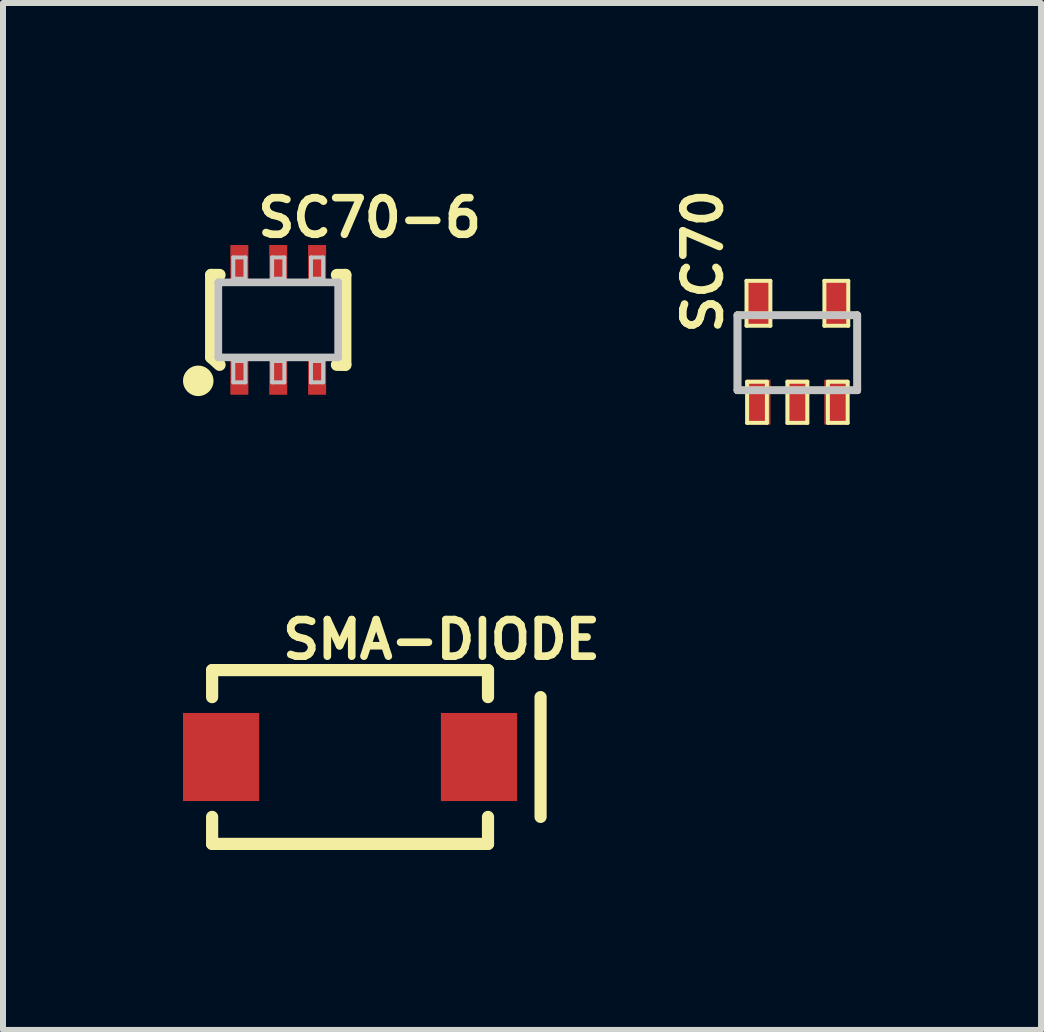
<source format=kicad_pcb>
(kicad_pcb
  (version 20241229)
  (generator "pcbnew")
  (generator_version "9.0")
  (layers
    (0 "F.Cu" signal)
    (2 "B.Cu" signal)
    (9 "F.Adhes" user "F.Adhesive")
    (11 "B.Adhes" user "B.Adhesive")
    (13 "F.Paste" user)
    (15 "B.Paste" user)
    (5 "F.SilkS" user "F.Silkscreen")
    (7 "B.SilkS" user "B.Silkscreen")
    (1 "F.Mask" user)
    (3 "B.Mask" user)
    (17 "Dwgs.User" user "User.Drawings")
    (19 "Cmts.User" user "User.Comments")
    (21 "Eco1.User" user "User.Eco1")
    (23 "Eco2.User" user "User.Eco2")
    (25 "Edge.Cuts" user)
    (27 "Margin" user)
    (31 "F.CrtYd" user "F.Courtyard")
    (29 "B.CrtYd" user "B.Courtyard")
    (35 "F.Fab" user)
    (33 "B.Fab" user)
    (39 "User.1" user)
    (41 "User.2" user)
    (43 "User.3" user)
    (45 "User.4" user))
  (footprint "SC70"
    (layer "F.Cu")
    (at 10.239 2.829)
    (property "Reference" "SC70" (at -1.575 -1.524 90) (layer "F.SilkS") (effects (font (size 0.61 0.61) (thickness 0.127))))
    (attr smd)
    (fp_line (start -0.998 -0.625) (end 0.998 -0.625) (stroke (width 0.127) (type solid)) (layer "F.SilkS"))
    (fp_line (start -0.998 0.625) (end -0.998 -0.625) (stroke (width 0.127) (type solid)) (layer "F.SilkS"))
    (fp_line (start -0.998 0.625) (end 0.998 0.625) (stroke (width 0.127) (type solid)) (layer "F.SilkS"))
    (fp_line (start -0.848 -1.199) (end -0.45 -1.199) (stroke (width 0.066) (type solid)) (layer "F.SilkS"))
    (fp_line (start -0.848 -0.45) (end -0.848 -1.199) (stroke (width 0.066) (type solid)) (layer "F.SilkS"))
    (fp_line (start -0.848 -0.45) (end -0.45 -0.45) (stroke (width 0.066) (type solid)) (layer "F.SilkS"))
    (fp_line (start -0.838 0.483) (end -0.508 0.483) (stroke (width 0.066) (type solid)) (layer "F.SilkS"))
    (fp_line (start -0.838 1.168) (end -0.838 0.483) (stroke (width 0.066) (type solid)) (layer "F.SilkS"))
    (fp_line (start -0.838 1.168) (end -0.508 1.168) (stroke (width 0.066) (type solid)) (layer "F.SilkS"))
    (fp_line (start -0.508 1.168) (end -0.508 0.483) (stroke (width 0.066) (type solid)) (layer "F.SilkS"))
    (fp_line (start -0.45 -0.45) (end -0.45 -1.199) (stroke (width 0.066) (type solid)) (layer "F.SilkS"))
    (fp_line (start -0.165 0.483) (end 0.165 0.483) (stroke (width 0.066) (type solid)) (layer "F.SilkS"))
    (fp_line (start -0.165 1.168) (end -0.165 0.483) (stroke (width 0.066) (type solid)) (layer "F.SilkS"))
    (fp_line (start -0.165 1.168) (end 0.165 1.168) (stroke (width 0.066) (type solid)) (layer "F.SilkS"))
    (fp_line (start 0.165 1.168) (end 0.165 0.483) (stroke (width 0.066) (type solid)) (layer "F.SilkS"))
    (fp_line (start 0.45 -1.199) (end 0.848 -1.199) (stroke (width 0.066) (type solid)) (layer "F.SilkS"))
    (fp_line (start 0.45 -0.45) (end 0.45 -1.199) (stroke (width 0.066) (type solid)) (layer "F.SilkS"))
    (fp_line (start 0.45 -0.45) (end 0.848 -0.45) (stroke (width 0.066) (type solid)) (layer "F.SilkS"))
    (fp_line (start 0.508 0.483) (end 0.838 0.483) (stroke (width 0.066) (type solid)) (layer "F.SilkS"))
    (fp_line (start 0.508 1.168) (end 0.508 0.483) (stroke (width 0.066) (type solid)) (layer "F.SilkS"))
    (fp_line (start 0.508 1.168) (end 0.838 1.168) (stroke (width 0.066) (type solid)) (layer "F.SilkS"))
    (fp_line (start 0.838 1.168) (end 0.838 0.483) (stroke (width 0.066) (type solid)) (layer "F.SilkS"))
    (fp_line (start 0.848 -0.45) (end 0.848 -1.199) (stroke (width 0.066) (type solid)) (layer "F.SilkS"))
    (fp_line (start 0.998 -0.625) (end 0.998 0.625) (stroke (width 0.127) (type solid)) (layer "F.SilkS"))
    (fp_line (start -0.998 -0.625) (end 0.998 -0.625) (stroke (width 0.127) (type solid)) (layer "Dwgs.User"))
    (fp_line (start -0.998 0.625) (end -0.998 -0.625) (stroke (width 0.127) (type solid)) (layer "Dwgs.User"))
    (fp_line (start -0.998 0.625) (end 0.998 0.625) (stroke (width 0.127) (type solid)) (layer "Dwgs.User"))
    (fp_line (start 0.998 -0.625) (end 0.998 0.625) (stroke (width 0.127) (type solid)) (layer "Dwgs.User"))
    (pad "1" smd rect (at -0.648 0.823) (size 0.399 0.749) (layers "F.Cu" "F.Mask" "F.Paste"))
    (pad "2" smd rect (at 0 0.823) (size 0.399 0.749) (layers "F.Cu" "F.Mask" "F.Paste"))
    (pad "3" smd rect (at 0.648 0.823) (size 0.399 0.749) (layers "F.Cu" "F.Mask" "F.Paste"))
    (pad "4" smd rect (at 0.648 -0.823) (size 0.399 0.749) (layers "F.Cu" "F.Mask" "F.Paste"))
    (pad "5" smd rect (at -0.648 -0.823) (size 0.399 0.749) (layers "F.Cu" "F.Mask" "F.Paste")))
  (footprint "SMA-DIODE"
    (layer "F.Cu")
    (at 2.784 9.566)
    (property "Reference" "SMA-DIODE" (at 1.524 -1.956 0) (layer "F.SilkS") (effects (font (size 0.61 0.61) (thickness 0.127))))
    (attr smd)
    (fp_line (start -2.299 -1.448) (end 2.299 -1.448) (stroke (width 0.203) (type solid)) (layer "F.SilkS"))
    (fp_line (start -2.299 -0.998) (end -2.299 -1.448) (stroke (width 0.203) (type solid)) (layer "F.SilkS"))
    (fp_line (start -2.299 1.448) (end -2.299 0.998) (stroke (width 0.203) (type solid)) (layer "F.SilkS"))
    (fp_line (start 2.299 -1.448) (end 2.299 -0.998) (stroke (width 0.203) (type solid)) (layer "F.SilkS"))
    (fp_line (start 2.299 0.998) (end 2.299 1.448) (stroke (width 0.203) (type solid)) (layer "F.SilkS"))
    (fp_line (start 2.299 1.448) (end -2.299 1.448) (stroke (width 0.203) (type solid)) (layer "F.SilkS"))
    (fp_line (start 3.175 -0.998) (end 3.175 0.998) (stroke (width 0.203) (type solid)) (layer "F.SilkS"))
    (pad "A" smd rect (at -2.149 0 180) (size 1.27 1.468) (layers "F.Cu" "F.Mask" "F.Paste"))
    (pad "C" smd rect (at 2.149 0) (size 1.27 1.468) (layers "F.Cu" "F.Mask" "F.Paste")))
  (footprint "SC70-6"
    (layer "F.Cu")
    (at 1.587 2.281)
    (property "Reference" "SC70-6" (at 1.524 -1.702 0) (layer "F.SilkS") (effects (font (size 0.61 0.61) (thickness 0.127))))
    (attr smd)
    (fp_line (start -1.118 -0.749) (end -1.118 0.622) (stroke (width 0.203) (type solid)) (layer "F.SilkS"))
    (fp_line (start -1.118 0.622) (end -0.978 0.749) (stroke (width 0.203) (type solid)) (layer "F.SilkS"))
    (fp_line (start -0.978 -0.749) (end -1.118 -0.749) (stroke (width 0.203) (type solid)) (layer "F.SilkS"))
    (fp_line (start 0.978 0.749) (end 1.118 0.749) (stroke (width 0.203) (type solid)) (layer "F.SilkS"))
    (fp_line (start 1.118 -0.749) (end 0.978 -0.749) (stroke (width 0.203) (type solid)) (layer "F.SilkS"))
    (fp_line (start 1.118 0.749) (end 1.118 -0.749) (stroke (width 0.203) (type solid)) (layer "F.SilkS"))
    (fp_circle (center -1.333 1.016) (end -1.333 0.762) (stroke (width 0) (type solid)) (fill yes) (layer "F.SilkS"))
    (fp_line (start -0.998 -0.625) (end -0.998 0.625) (stroke (width 0.127) (type solid)) (layer "Dwgs.User"))
    (fp_line (start -0.998 0.625) (end 0.998 0.625) (stroke (width 0.127) (type solid)) (layer "Dwgs.User"))
    (fp_line (start -0.749 -1.041) (end -0.546 -1.041) (stroke (width 0.066) (type solid)) (layer "Dwgs.User"))
    (fp_line (start -0.749 -0.686) (end -0.749 -1.041) (stroke (width 0.066) (type solid)) (layer "Dwgs.User"))
    (fp_line (start -0.749 -0.686) (end -0.546 -0.686) (stroke (width 0.066) (type solid)) (layer "Dwgs.User"))
    (fp_line (start -0.749 0.686) (end -0.546 0.686) (stroke (width 0.066) (type solid)) (layer "Dwgs.User"))
    (fp_line (start -0.749 1.041) (end -0.749 0.686) (stroke (width 0.066) (type solid)) (layer "Dwgs.User"))
    (fp_line (start -0.749 1.041) (end -0.546 1.041) (stroke (width 0.066) (type solid)) (layer "Dwgs.User"))
    (fp_line (start -0.546 -0.686) (end -0.546 -1.041) (stroke (width 0.066) (type solid)) (layer "Dwgs.User"))
    (fp_line (start -0.546 1.041) (end -0.546 0.686) (stroke (width 0.066) (type solid)) (layer "Dwgs.User"))
    (fp_line (start -0.102 -1.041) (end 0.102 -1.041) (stroke (width 0.066) (type solid)) (layer "Dwgs.User"))
    (fp_line (start -0.102 -0.686) (end -0.102 -1.041) (stroke (width 0.066) (type solid)) (layer "Dwgs.User"))
    (fp_line (start -0.102 -0.686) (end 0.102 -0.686) (stroke (width 0.066) (type solid)) (layer "Dwgs.User"))
    (fp_line (start -0.102 0.686) (end 0.102 0.686) (stroke (width 0.066) (type solid)) (layer "Dwgs.User"))
    (fp_line (start -0.102 1.041) (end -0.102 0.686) (stroke (width 0.066) (type solid)) (layer "Dwgs.User"))
    (fp_line (start -0.102 1.041) (end 0.102 1.041) (stroke (width 0.066) (type solid)) (layer "Dwgs.User"))
    (fp_line (start 0.102 -0.686) (end 0.102 -1.041) (stroke (width 0.066) (type solid)) (layer "Dwgs.User"))
    (fp_line (start 0.102 1.041) (end 0.102 0.686) (stroke (width 0.066) (type solid)) (layer "Dwgs.User"))
    (fp_line (start 0.546 -1.041) (end 0.749 -1.041) (stroke (width 0.066) (type solid)) (layer "Dwgs.User"))
    (fp_line (start 0.546 -0.686) (end 0.546 -1.041) (stroke (width 0.066) (type solid)) (layer "Dwgs.User"))
    (fp_line (start 0.546 -0.686) (end 0.749 -0.686) (stroke (width 0.066) (type solid)) (layer "Dwgs.User"))
    (fp_line (start 0.546 0.686) (end 0.749 0.686) (stroke (width 0.066) (type solid)) (layer "Dwgs.User"))
    (fp_line (start 0.546 1.041) (end 0.546 0.686) (stroke (width 0.066) (type solid)) (layer "Dwgs.User"))
    (fp_line (start 0.546 1.041) (end 0.749 1.041) (stroke (width 0.066) (type solid)) (layer "Dwgs.User"))
    (fp_line (start 0.749 -0.686) (end 0.749 -1.041) (stroke (width 0.066) (type solid)) (layer "Dwgs.User"))
    (fp_line (start 0.749 1.041) (end 0.749 0.686) (stroke (width 0.066) (type solid)) (layer "Dwgs.User"))
    (fp_line (start 0.998 -0.625) (end -0.998 -0.625) (stroke (width 0.127) (type solid)) (layer "Dwgs.User"))
    (fp_line (start 0.998 0.625) (end 0.998 -0.625) (stroke (width 0.127) (type solid)) (layer "Dwgs.User"))
    (pad "1" smd rect (at -0.648 0.919 180) (size 0.3 0.658) (layers "F.Cu" "F.Mask" "F.Paste"))
    (pad "2" smd rect (at 0 0.919 180) (size 0.3 0.658) (layers "F.Cu" "F.Mask" "F.Paste"))
    (pad "3" smd rect (at 0.648 0.919 180) (size 0.3 0.658) (layers "F.Cu" "F.Mask" "F.Paste"))
    (pad "4" smd rect (at 0.648 -0.919) (size 0.3 0.658) (layers "F.Cu" "F.Mask" "F.Paste"))
    (pad "5" smd rect (at 0 -0.919) (size 0.3 0.658) (layers "F.Cu" "F.Mask" "F.Paste"))
    (pad "6" smd rect (at -0.648 -0.919) (size 0.3 0.658) (layers "F.Cu" "F.Mask" "F.Paste")))
  (gr_rect
    (start -3 -3)
    (end 14.3 14.115)
    (stroke (width 0.1) (type default))
    (fill no)
    (layer "Edge.Cuts")))
</source>
